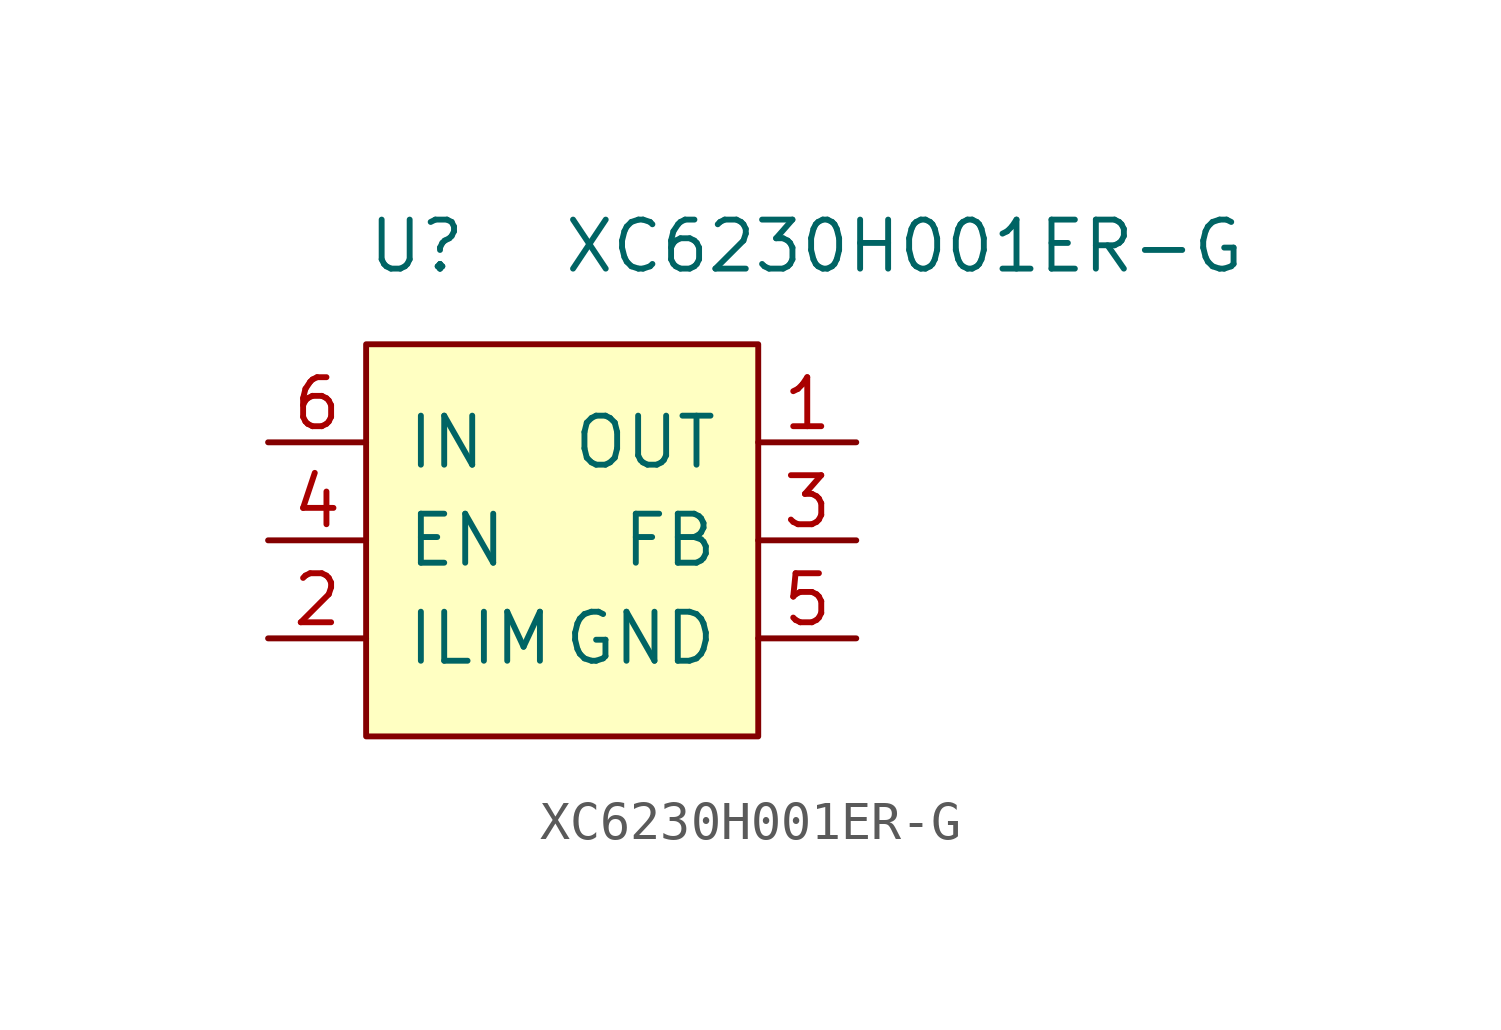
<source format=kicad_sym>
(kicad_symbol_lib
  (version 20211014)
  (generator kicad_symbol_editor)
  (symbol "XC6230H001ER-G"
    (pin_names
      (offset 1.016))
    (property "Reference" "U"
      (at -5.08 7.62 0)
      (effects (font (size 1.27 1.27)) (justify left)))
    (property "Value" "XC6230H001ER-G"
      (at 0 7.62 0)
      (effects (font (size 1.27 1.27)) (justify left)))
    (symbol "XC6230H001ER-G_0_1"
      (rectangle (start -5.08 5.08) (end 5.08 -5.08) (stroke (width 0) (type default) (color 0 0 0 0)) (fill (type background))))
    (symbol "XC6230H001ER-G_1_1"
      (pin power_out line (at 7.62 2.54 180) (length 2.54) (name "OUT" (effects (font (size 1.27 1.27)))) (number "1" (effects (font (size 1.27 1.27)))))
      (pin output line (at -7.62 -2.54 0) (length 2.54) (name "ILIM" (effects (font (size 1.27 1.27)))) (number "2" (effects (font (size 1.27 1.27)))))
      (pin open_collector line (at 7.62 0 180) (length 2.54) (name "FB" (effects (font (size 1.27 1.27)))) (number "3" (effects (font (size 1.27 1.27)))))
      (pin input line (at -7.62 0 0) (length 2.54) (name "EN" (effects (font (size 1.27 1.27)))) (number "4" (effects (font (size 1.27 1.27)))))
      (pin power_in line (at 7.62 -2.54 180) (length 2.54) (name "GND" (effects (font (size 1.27 1.27)))) (number "5" (effects (font (size 1.27 1.27)))))
      (pin power_out line (at -7.62 2.54 0) (length 2.54) (name "IN" (effects (font (size 1.27 1.27)))) (number "6" (effects (font (size 1.27 1.27)))))
      (pin passive line (at 7.62 -2.54 180) (length 2.54) hide (name "EP" (effects (font (size 1.27 1.27)))) (number "7" (effects (font (size 1.27 1.27))))))))
</source>
